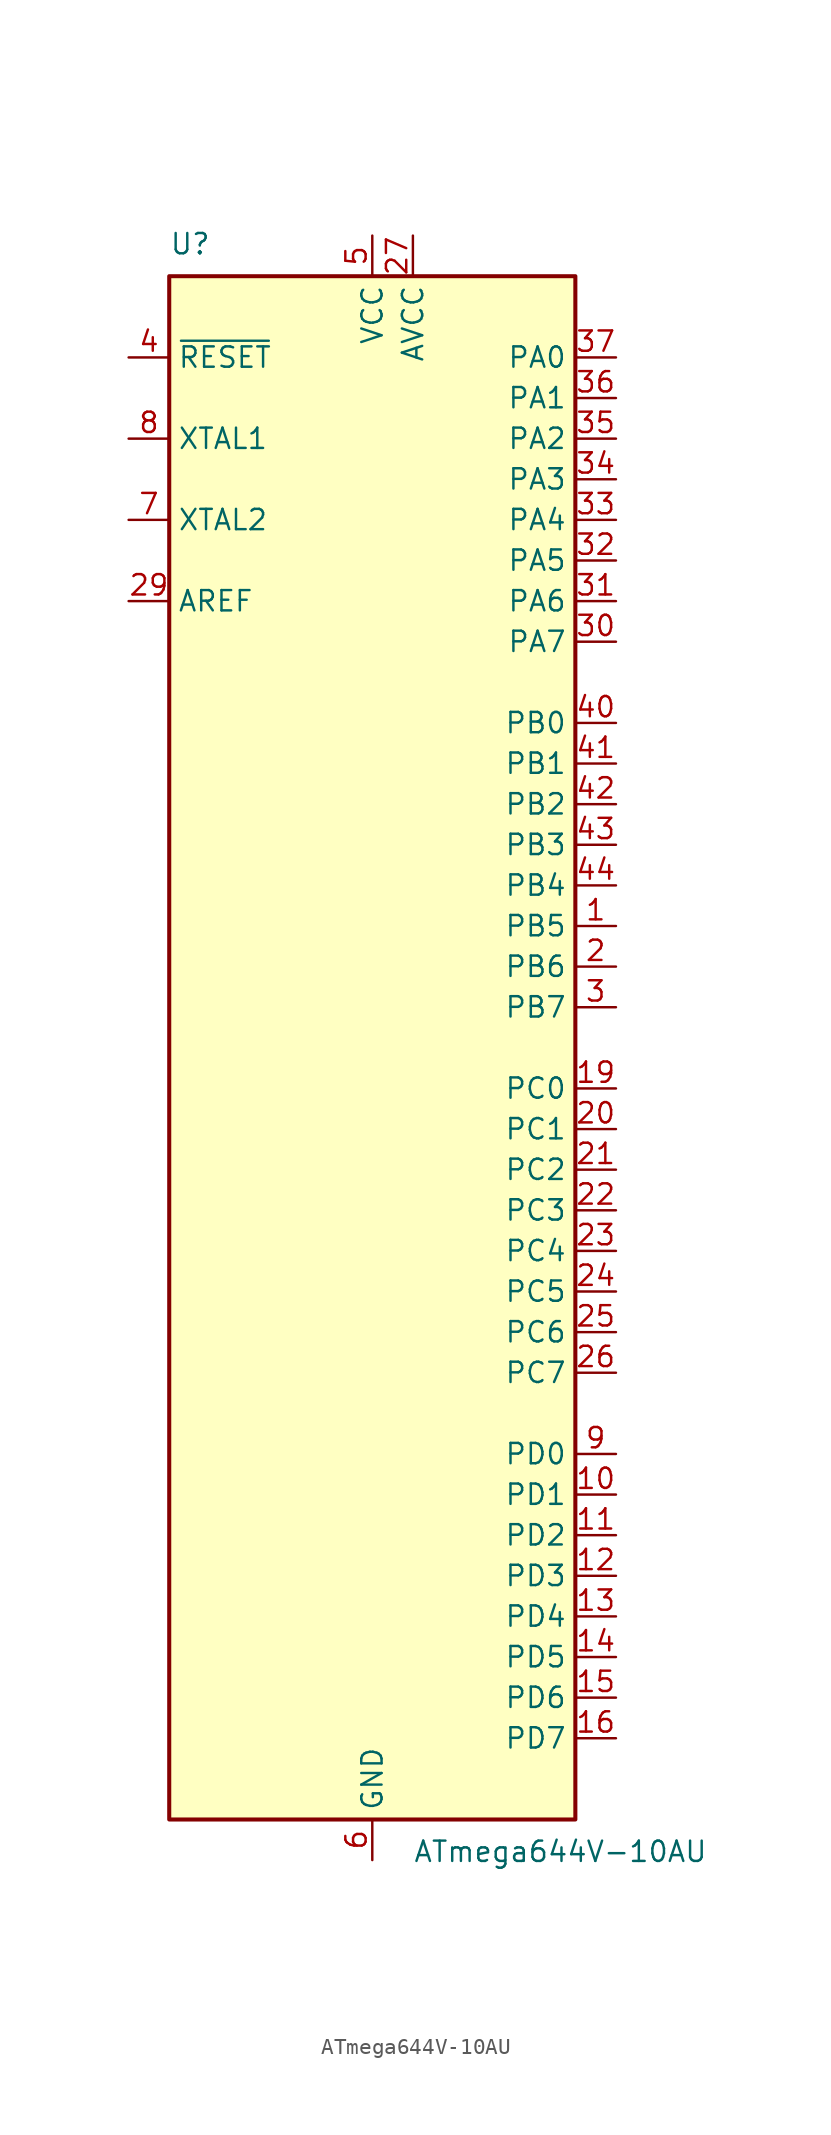
<source format=kicad_sym>
(kicad_symbol_lib
  (version 20201005)
  (generator kicad_symbol_editor)
  (symbol "ATmega644V-10AU"
    (property "Reference" "U"
      (at -12.7 49.53 0)
      (effects (font (size 1.27 1.27)) (justify left bottom)))
    (property "Value" "ATmega644V-10AU"
      (at 2.54 -49.53 0)
      (effects (font (size 1.27 1.27)) (justify left top)))
    (symbol "ATmega644V-10AU_0_1"
      (rectangle (start -12.7 -48.26) (end 12.7 48.26) (stroke (width 0.254)) (fill (type background))))
    (symbol "ATmega644V-10AU_1_1"
      (pin tri_state line (at 15.24 7.62 180) (length 2.54) (name "PB5" (effects (font (size 1.27 1.27)))) (number "1" (effects (font (size 1.27 1.27)))))
      (pin tri_state line (at 15.24 -27.94 180) (length 2.54) (name "PD1" (effects (font (size 1.27 1.27)))) (number "10" (effects (font (size 1.27 1.27)))))
      (pin tri_state line (at 15.24 -30.48 180) (length 2.54) (name "PD2" (effects (font (size 1.27 1.27)))) (number "11" (effects (font (size 1.27 1.27)))))
      (pin tri_state line (at 15.24 -33.02 180) (length 2.54) (name "PD3" (effects (font (size 1.27 1.27)))) (number "12" (effects (font (size 1.27 1.27)))))
      (pin tri_state line (at 15.24 -35.56 180) (length 2.54) (name "PD4" (effects (font (size 1.27 1.27)))) (number "13" (effects (font (size 1.27 1.27)))))
      (pin tri_state line (at 15.24 -38.1 180) (length 2.54) (name "PD5" (effects (font (size 1.27 1.27)))) (number "14" (effects (font (size 1.27 1.27)))))
      (pin tri_state line (at 15.24 -40.64 180) (length 2.54) (name "PD6" (effects (font (size 1.27 1.27)))) (number "15" (effects (font (size 1.27 1.27)))))
      (pin tri_state line (at 15.24 -43.18 180) (length 2.54) (name "PD7" (effects (font (size 1.27 1.27)))) (number "16" (effects (font (size 1.27 1.27)))))
      (pin passive line (at 0 50.8 270) (length 2.54) hide (name "VCC" (effects (font (size 1.27 1.27)))) (number "17" (effects (font (size 1.27 1.27)))))
      (pin passive line (at 0 -50.8 90) (length 2.54) hide (name "GND" (effects (font (size 1.27 1.27)))) (number "18" (effects (font (size 1.27 1.27)))))
      (pin tri_state line (at 15.24 -2.54 180) (length 2.54) (name "PC0" (effects (font (size 1.27 1.27)))) (number "19" (effects (font (size 1.27 1.27)))))
      (pin tri_state line (at 15.24 5.08 180) (length 2.54) (name "PB6" (effects (font (size 1.27 1.27)))) (number "2" (effects (font (size 1.27 1.27)))))
      (pin tri_state line (at 15.24 -5.08 180) (length 2.54) (name "PC1" (effects (font (size 1.27 1.27)))) (number "20" (effects (font (size 1.27 1.27)))))
      (pin tri_state line (at 15.24 -7.62 180) (length 2.54) (name "PC2" (effects (font (size 1.27 1.27)))) (number "21" (effects (font (size 1.27 1.27)))))
      (pin tri_state line (at 15.24 -10.16 180) (length 2.54) (name "PC3" (effects (font (size 1.27 1.27)))) (number "22" (effects (font (size 1.27 1.27)))))
      (pin tri_state line (at 15.24 -12.7 180) (length 2.54) (name "PC4" (effects (font (size 1.27 1.27)))) (number "23" (effects (font (size 1.27 1.27)))))
      (pin tri_state line (at 15.24 -15.24 180) (length 2.54) (name "PC5" (effects (font (size 1.27 1.27)))) (number "24" (effects (font (size 1.27 1.27)))))
      (pin tri_state line (at 15.24 -17.78 180) (length 2.54) (name "PC6" (effects (font (size 1.27 1.27)))) (number "25" (effects (font (size 1.27 1.27)))))
      (pin tri_state line (at 15.24 -20.32 180) (length 2.54) (name "PC7" (effects (font (size 1.27 1.27)))) (number "26" (effects (font (size 1.27 1.27)))))
      (pin power_in line (at 2.54 50.8 270) (length 2.54) (name "AVCC" (effects (font (size 1.27 1.27)))) (number "27" (effects (font (size 1.27 1.27)))))
      (pin passive line (at 0 -50.8 90) (length 2.54) hide (name "GND" (effects (font (size 1.27 1.27)))) (number "28" (effects (font (size 1.27 1.27)))))
      (pin passive line (at -15.24 27.94 0) (length 2.54) (name "AREF" (effects (font (size 1.27 1.27)))) (number "29" (effects (font (size 1.27 1.27)))))
      (pin tri_state line (at 15.24 2.54 180) (length 2.54) (name "PB7" (effects (font (size 1.27 1.27)))) (number "3" (effects (font (size 1.27 1.27)))))
      (pin tri_state line (at 15.24 25.4 180) (length 2.54) (name "PA7" (effects (font (size 1.27 1.27)))) (number "30" (effects (font (size 1.27 1.27)))))
      (pin tri_state line (at 15.24 27.94 180) (length 2.54) (name "PA6" (effects (font (size 1.27 1.27)))) (number "31" (effects (font (size 1.27 1.27)))))
      (pin tri_state line (at 15.24 30.48 180) (length 2.54) (name "PA5" (effects (font (size 1.27 1.27)))) (number "32" (effects (font (size 1.27 1.27)))))
      (pin tri_state line (at 15.24 33.02 180) (length 2.54) (name "PA4" (effects (font (size 1.27 1.27)))) (number "33" (effects (font (size 1.27 1.27)))))
      (pin tri_state line (at 15.24 35.56 180) (length 2.54) (name "PA3" (effects (font (size 1.27 1.27)))) (number "34" (effects (font (size 1.27 1.27)))))
      (pin tri_state line (at 15.24 38.1 180) (length 2.54) (name "PA2" (effects (font (size 1.27 1.27)))) (number "35" (effects (font (size 1.27 1.27)))))
      (pin tri_state line (at 15.24 40.64 180) (length 2.54) (name "PA1" (effects (font (size 1.27 1.27)))) (number "36" (effects (font (size 1.27 1.27)))))
      (pin tri_state line (at 15.24 43.18 180) (length 2.54) (name "PA0" (effects (font (size 1.27 1.27)))) (number "37" (effects (font (size 1.27 1.27)))))
      (pin passive line (at 0 50.8 270) (length 2.54) hide (name "VCC" (effects (font (size 1.27 1.27)))) (number "38" (effects (font (size 1.27 1.27)))))
      (pin passive line (at 0 -50.8 90) (length 2.54) hide (name "GND" (effects (font (size 1.27 1.27)))) (number "39" (effects (font (size 1.27 1.27)))))
      (pin input line (at -15.24 43.18 0) (length 2.54) (name "~RESET" (effects (font (size 1.27 1.27)))) (number "4" (effects (font (size 1.27 1.27)))))
      (pin tri_state line (at 15.24 20.32 180) (length 2.54) (name "PB0" (effects (font (size 1.27 1.27)))) (number "40" (effects (font (size 1.27 1.27)))))
      (pin tri_state line (at 15.24 17.78 180) (length 2.54) (name "PB1" (effects (font (size 1.27 1.27)))) (number "41" (effects (font (size 1.27 1.27)))))
      (pin tri_state line (at 15.24 15.24 180) (length 2.54) (name "PB2" (effects (font (size 1.27 1.27)))) (number "42" (effects (font (size 1.27 1.27)))))
      (pin tri_state line (at 15.24 12.7 180) (length 2.54) (name "PB3" (effects (font (size 1.27 1.27)))) (number "43" (effects (font (size 1.27 1.27)))))
      (pin tri_state line (at 15.24 10.16 180) (length 2.54) (name "PB4" (effects (font (size 1.27 1.27)))) (number "44" (effects (font (size 1.27 1.27)))))
      (pin power_in line (at 0 50.8 270) (length 2.54) (name "VCC" (effects (font (size 1.27 1.27)))) (number "5" (effects (font (size 1.27 1.27)))))
      (pin power_in line (at 0 -50.8 90) (length 2.54) (name "GND" (effects (font (size 1.27 1.27)))) (number "6" (effects (font (size 1.27 1.27)))))
      (pin output line (at -15.24 33.02 0) (length 2.54) (name "XTAL2" (effects (font (size 1.27 1.27)))) (number "7" (effects (font (size 1.27 1.27)))))
      (pin input line (at -15.24 38.1 0) (length 2.54) (name "XTAL1" (effects (font (size 1.27 1.27)))) (number "8" (effects (font (size 1.27 1.27)))))
      (pin tri_state line (at 15.24 -25.4 180) (length 2.54) (name "PD0" (effects (font (size 1.27 1.27)))) (number "9" (effects (font (size 1.27 1.27))))))))
</source>
